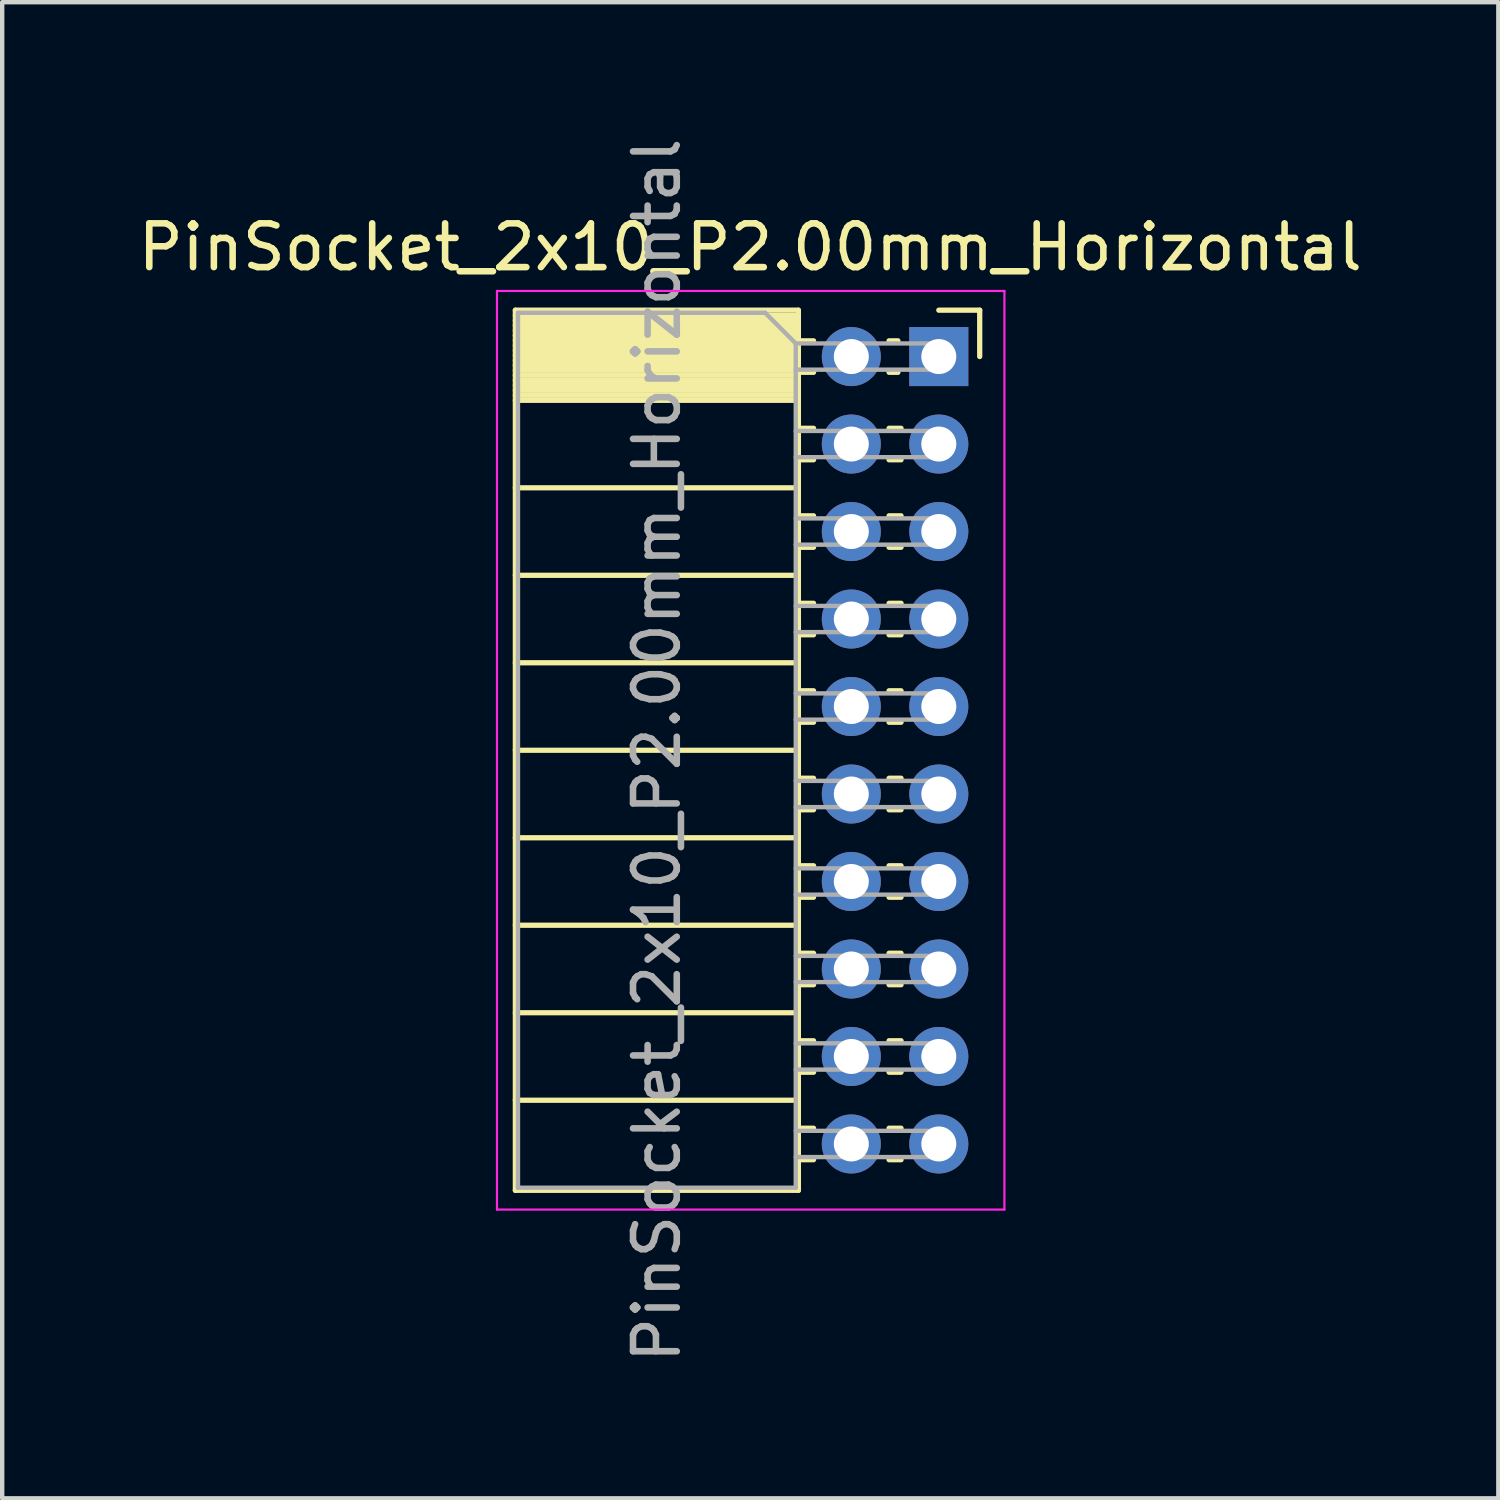
<source format=kicad_pcb>
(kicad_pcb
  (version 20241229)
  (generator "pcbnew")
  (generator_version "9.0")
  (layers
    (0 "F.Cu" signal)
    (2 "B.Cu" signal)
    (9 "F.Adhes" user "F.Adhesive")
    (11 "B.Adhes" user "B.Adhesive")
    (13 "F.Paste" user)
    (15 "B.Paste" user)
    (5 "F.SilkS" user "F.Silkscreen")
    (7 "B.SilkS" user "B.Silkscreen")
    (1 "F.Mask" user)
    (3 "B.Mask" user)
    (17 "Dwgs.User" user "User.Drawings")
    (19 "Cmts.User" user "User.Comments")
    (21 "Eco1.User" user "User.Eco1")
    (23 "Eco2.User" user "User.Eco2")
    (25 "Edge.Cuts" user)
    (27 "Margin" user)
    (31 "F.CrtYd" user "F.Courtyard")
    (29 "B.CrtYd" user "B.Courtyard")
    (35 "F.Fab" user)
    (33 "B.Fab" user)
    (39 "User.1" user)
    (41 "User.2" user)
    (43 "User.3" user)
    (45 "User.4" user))
  (footprint "PinSocket_2x10_P2.00mm_Horizontal"
    (layer "F.Cu")
    (at 18.411 5.101)
    (property "Reference" "PinSocket_2x10_P2.00mm_Horizontal" (at -4.31 -2.5 0) (layer "F.SilkS") (effects (font (size 1 1) (thickness 0.15))))
    (attr through_hole)
    (fp_line (start -9.68 -1.06) (end -9.68 19.06) (stroke (width 0.12) (type solid)) (layer "F.SilkS"))
    (fp_line (start -9.68 -1.06) (end -3.21 -1.06) (stroke (width 0.12) (type solid)) (layer "F.SilkS"))
    (fp_line (start -9.68 -0.94) (end -3.21 -0.94) (stroke (width 0.12) (type solid)) (layer "F.SilkS"))
    (fp_line (start -9.68 -0.826) (end -3.21 -0.826) (stroke (width 0.12) (type solid)) (layer "F.SilkS"))
    (fp_line (start -9.68 -0.712) (end -3.21 -0.712) (stroke (width 0.12) (type solid)) (layer "F.SilkS"))
    (fp_line (start -9.68 -0.598) (end -3.21 -0.598) (stroke (width 0.12) (type solid)) (layer "F.SilkS"))
    (fp_line (start -9.68 -0.484) (end -3.21 -0.484) (stroke (width 0.12) (type solid)) (layer "F.SilkS"))
    (fp_line (start -9.68 -0.369) (end -3.21 -0.369) (stroke (width 0.12) (type solid)) (layer "F.SilkS"))
    (fp_line (start -9.68 -0.255) (end -3.21 -0.255) (stroke (width 0.12) (type solid)) (layer "F.SilkS"))
    (fp_line (start -9.68 -0.141) (end -3.21 -0.141) (stroke (width 0.12) (type solid)) (layer "F.SilkS"))
    (fp_line (start -9.68 -0.027) (end -3.21 -0.027) (stroke (width 0.12) (type solid)) (layer "F.SilkS"))
    (fp_line (start -9.68 0.087) (end -3.21 0.087) (stroke (width 0.12) (type solid)) (layer "F.SilkS"))
    (fp_line (start -9.68 0.201) (end -3.21 0.201) (stroke (width 0.12) (type solid)) (layer "F.SilkS"))
    (fp_line (start -9.68 0.315) (end -3.21 0.315) (stroke (width 0.12) (type solid)) (layer "F.SilkS"))
    (fp_line (start -9.68 0.429) (end -3.21 0.429) (stroke (width 0.12) (type solid)) (layer "F.SilkS"))
    (fp_line (start -9.68 0.544) (end -3.21 0.544) (stroke (width 0.12) (type solid)) (layer "F.SilkS"))
    (fp_line (start -9.68 0.658) (end -3.21 0.658) (stroke (width 0.12) (type solid)) (layer "F.SilkS"))
    (fp_line (start -9.68 0.772) (end -3.21 0.772) (stroke (width 0.12) (type solid)) (layer "F.SilkS"))
    (fp_line (start -9.68 0.886) (end -3.21 0.886) (stroke (width 0.12) (type solid)) (layer "F.SilkS"))
    (fp_line (start -9.68 1) (end -3.21 1) (stroke (width 0.12) (type solid)) (layer "F.SilkS"))
    (fp_line (start -9.68 3) (end -3.21 3) (stroke (width 0.12) (type solid)) (layer "F.SilkS"))
    (fp_line (start -9.68 5) (end -3.21 5) (stroke (width 0.12) (type solid)) (layer "F.SilkS"))
    (fp_line (start -9.68 7) (end -3.21 7) (stroke (width 0.12) (type solid)) (layer "F.SilkS"))
    (fp_line (start -9.68 9) (end -3.21 9) (stroke (width 0.12) (type solid)) (layer "F.SilkS"))
    (fp_line (start -9.68 11) (end -3.21 11) (stroke (width 0.12) (type solid)) (layer "F.SilkS"))
    (fp_line (start -9.68 13) (end -3.21 13) (stroke (width 0.12) (type solid)) (layer "F.SilkS"))
    (fp_line (start -9.68 15) (end -3.21 15) (stroke (width 0.12) (type solid)) (layer "F.SilkS"))
    (fp_line (start -9.68 17) (end -3.21 17) (stroke (width 0.12) (type solid)) (layer "F.SilkS"))
    (fp_line (start -9.68 19.06) (end -3.21 19.06) (stroke (width 0.12) (type solid)) (layer "F.SilkS"))
    (fp_line (start -3.21 -1.06) (end -3.21 19.06) (stroke (width 0.12) (type solid)) (layer "F.SilkS"))
    (fp_line (start -3.21 -0.36) (end -2.863 -0.36) (stroke (width 0.12) (type solid)) (layer "F.SilkS"))
    (fp_line (start -3.21 0.36) (end -2.863 0.36) (stroke (width 0.12) (type solid)) (layer "F.SilkS"))
    (fp_line (start -3.21 1.64) (end -2.863 1.64) (stroke (width 0.12) (type solid)) (layer "F.SilkS"))
    (fp_line (start -3.21 2.36) (end -2.863 2.36) (stroke (width 0.12) (type solid)) (layer "F.SilkS"))
    (fp_line (start -3.21 3.64) (end -2.863 3.64) (stroke (width 0.12) (type solid)) (layer "F.SilkS"))
    (fp_line (start -3.21 4.36) (end -2.863 4.36) (stroke (width 0.12) (type solid)) (layer "F.SilkS"))
    (fp_line (start -3.21 5.64) (end -2.863 5.64) (stroke (width 0.12) (type solid)) (layer "F.SilkS"))
    (fp_line (start -3.21 6.36) (end -2.863 6.36) (stroke (width 0.12) (type solid)) (layer "F.SilkS"))
    (fp_line (start -3.21 7.64) (end -2.863 7.64) (stroke (width 0.12) (type solid)) (layer "F.SilkS"))
    (fp_line (start -3.21 8.36) (end -2.863 8.36) (stroke (width 0.12) (type solid)) (layer "F.SilkS"))
    (fp_line (start -3.21 9.64) (end -2.863 9.64) (stroke (width 0.12) (type solid)) (layer "F.SilkS"))
    (fp_line (start -3.21 10.36) (end -2.863 10.36) (stroke (width 0.12) (type solid)) (layer "F.SilkS"))
    (fp_line (start -3.21 11.64) (end -2.863 11.64) (stroke (width 0.12) (type solid)) (layer "F.SilkS"))
    (fp_line (start -3.21 12.36) (end -2.863 12.36) (stroke (width 0.12) (type solid)) (layer "F.SilkS"))
    (fp_line (start -3.21 13.64) (end -2.863 13.64) (stroke (width 0.12) (type solid)) (layer "F.SilkS"))
    (fp_line (start -3.21 14.36) (end -2.863 14.36) (stroke (width 0.12) (type solid)) (layer "F.SilkS"))
    (fp_line (start -3.21 15.64) (end -2.863 15.64) (stroke (width 0.12) (type solid)) (layer "F.SilkS"))
    (fp_line (start -3.21 16.36) (end -2.863 16.36) (stroke (width 0.12) (type solid)) (layer "F.SilkS"))
    (fp_line (start -3.21 17.64) (end -2.863 17.64) (stroke (width 0.12) (type solid)) (layer "F.SilkS"))
    (fp_line (start -3.21 18.36) (end -2.863 18.36) (stroke (width 0.12) (type solid)) (layer "F.SilkS"))
    (fp_line (start -1.137 -0.36) (end -0.935 -0.36) (stroke (width 0.12) (type solid)) (layer "F.SilkS"))
    (fp_line (start -1.137 0.36) (end -0.935 0.36) (stroke (width 0.12) (type solid)) (layer "F.SilkS"))
    (fp_line (start -1.137 1.64) (end -0.863 1.64) (stroke (width 0.12) (type solid)) (layer "F.SilkS"))
    (fp_line (start -1.137 2.36) (end -0.863 2.36) (stroke (width 0.12) (type solid)) (layer "F.SilkS"))
    (fp_line (start -1.137 3.64) (end -0.863 3.64) (stroke (width 0.12) (type solid)) (layer "F.SilkS"))
    (fp_line (start -1.137 4.36) (end -0.863 4.36) (stroke (width 0.12) (type solid)) (layer "F.SilkS"))
    (fp_line (start -1.137 5.64) (end -0.863 5.64) (stroke (width 0.12) (type solid)) (layer "F.SilkS"))
    (fp_line (start -1.137 6.36) (end -0.863 6.36) (stroke (width 0.12) (type solid)) (layer "F.SilkS"))
    (fp_line (start -1.137 7.64) (end -0.863 7.64) (stroke (width 0.12) (type solid)) (layer "F.SilkS"))
    (fp_line (start -1.137 8.36) (end -0.863 8.36) (stroke (width 0.12) (type solid)) (layer "F.SilkS"))
    (fp_line (start -1.137 9.64) (end -0.863 9.64) (stroke (width 0.12) (type solid)) (layer "F.SilkS"))
    (fp_line (start -1.137 10.36) (end -0.863 10.36) (stroke (width 0.12) (type solid)) (layer "F.SilkS"))
    (fp_line (start -1.137 11.64) (end -0.863 11.64) (stroke (width 0.12) (type solid)) (layer "F.SilkS"))
    (fp_line (start -1.137 12.36) (end -0.863 12.36) (stroke (width 0.12) (type solid)) (layer "F.SilkS"))
    (fp_line (start -1.137 13.64) (end -0.863 13.64) (stroke (width 0.12) (type solid)) (layer "F.SilkS"))
    (fp_line (start -1.137 14.36) (end -0.863 14.36) (stroke (width 0.12) (type solid)) (layer "F.SilkS"))
    (fp_line (start -1.137 15.64) (end -0.863 15.64) (stroke (width 0.12) (type solid)) (layer "F.SilkS"))
    (fp_line (start -1.137 16.36) (end -0.863 16.36) (stroke (width 0.12) (type solid)) (layer "F.SilkS"))
    (fp_line (start -1.137 17.64) (end -0.863 17.64) (stroke (width 0.12) (type solid)) (layer "F.SilkS"))
    (fp_line (start -1.137 18.36) (end -0.863 18.36) (stroke (width 0.12) (type solid)) (layer "F.SilkS"))
    (fp_line (start 0 -1.06) (end 0.935 -1.06) (stroke (width 0.12) (type solid)) (layer "F.SilkS"))
    (fp_line (start 0.935 -1.06) (end 0.935 0) (stroke (width 0.12) (type solid)) (layer "F.SilkS"))
    (fp_line (start -10.1 -1.5) (end -10.1 19.5) (stroke (width 0.05) (type solid)) (layer "F.CrtYd"))
    (fp_line (start -10.1 19.5) (end 1.5 19.5) (stroke (width 0.05) (type solid)) (layer "F.CrtYd"))
    (fp_line (start 1.5 -1.5) (end -10.1 -1.5) (stroke (width 0.05) (type solid)) (layer "F.CrtYd"))
    (fp_line (start 1.5 19.5) (end 1.5 -1.5) (stroke (width 0.05) (type solid)) (layer "F.CrtYd"))
    (fp_line (start -9.62 -1) (end -3.97 -1) (stroke (width 0.1) (type solid)) (layer "F.Fab"))
    (fp_line (start -9.62 19) (end -9.62 -1) (stroke (width 0.1) (type solid)) (layer "F.Fab"))
    (fp_line (start -3.97 -1) (end -3.27 -0.3) (stroke (width 0.1) (type solid)) (layer "F.Fab"))
    (fp_line (start -3.27 -0.3) (end -3.27 19) (stroke (width 0.1) (type solid)) (layer "F.Fab"))
    (fp_line (start -3.27 0.3) (end 0 0.3) (stroke (width 0.1) (type solid)) (layer "F.Fab"))
    (fp_line (start -3.27 2.3) (end 0 2.3) (stroke (width 0.1) (type solid)) (layer "F.Fab"))
    (fp_line (start -3.27 4.3) (end 0 4.3) (stroke (width 0.1) (type solid)) (layer "F.Fab"))
    (fp_line (start -3.27 6.3) (end 0 6.3) (stroke (width 0.1) (type solid)) (layer "F.Fab"))
    (fp_line (start -3.27 8.3) (end 0 8.3) (stroke (width 0.1) (type solid)) (layer "F.Fab"))
    (fp_line (start -3.27 10.3) (end 0 10.3) (stroke (width 0.1) (type solid)) (layer "F.Fab"))
    (fp_line (start -3.27 12.3) (end 0 12.3) (stroke (width 0.1) (type solid)) (layer "F.Fab"))
    (fp_line (start -3.27 14.3) (end 0 14.3) (stroke (width 0.1) (type solid)) (layer "F.Fab"))
    (fp_line (start -3.27 16.3) (end 0 16.3) (stroke (width 0.1) (type solid)) (layer "F.Fab"))
    (fp_line (start -3.27 18.3) (end 0 18.3) (stroke (width 0.1) (type solid)) (layer "F.Fab"))
    (fp_line (start -3.27 19) (end -9.62 19) (stroke (width 0.1) (type solid)) (layer "F.Fab"))
    (fp_line (start 0 -0.3) (end -3.27 -0.3) (stroke (width 0.1) (type solid)) (layer "F.Fab"))
    (fp_line (start 0 0.3) (end 0 -0.3) (stroke (width 0.1) (type solid)) (layer "F.Fab"))
    (fp_line (start 0 1.7) (end -3.27 1.7) (stroke (width 0.1) (type solid)) (layer "F.Fab"))
    (fp_line (start 0 2.3) (end 0 1.7) (stroke (width 0.1) (type solid)) (layer "F.Fab"))
    (fp_line (start 0 3.7) (end -3.27 3.7) (stroke (width 0.1) (type solid)) (layer "F.Fab"))
    (fp_line (start 0 4.3) (end 0 3.7) (stroke (width 0.1) (type solid)) (layer "F.Fab"))
    (fp_line (start 0 5.7) (end -3.27 5.7) (stroke (width 0.1) (type solid)) (layer "F.Fab"))
    (fp_line (start 0 6.3) (end 0 5.7) (stroke (width 0.1) (type solid)) (layer "F.Fab"))
    (fp_line (start 0 7.7) (end -3.27 7.7) (stroke (width 0.1) (type solid)) (layer "F.Fab"))
    (fp_line (start 0 8.3) (end 0 7.7) (stroke (width 0.1) (type solid)) (layer "F.Fab"))
    (fp_line (start 0 9.7) (end -3.27 9.7) (stroke (width 0.1) (type solid)) (layer "F.Fab"))
    (fp_line (start 0 10.3) (end 0 9.7) (stroke (width 0.1) (type solid)) (layer "F.Fab"))
    (fp_line (start 0 11.7) (end -3.27 11.7) (stroke (width 0.1) (type solid)) (layer "F.Fab"))
    (fp_line (start 0 12.3) (end 0 11.7) (stroke (width 0.1) (type solid)) (layer "F.Fab"))
    (fp_line (start 0 13.7) (end -3.27 13.7) (stroke (width 0.1) (type solid)) (layer "F.Fab"))
    (fp_line (start 0 14.3) (end 0 13.7) (stroke (width 0.1) (type solid)) (layer "F.Fab"))
    (fp_line (start 0 15.7) (end -3.27 15.7) (stroke (width 0.1) (type solid)) (layer "F.Fab"))
    (fp_line (start 0 16.3) (end 0 15.7) (stroke (width 0.1) (type solid)) (layer "F.Fab"))
    (fp_line (start 0 17.7) (end -3.27 17.7) (stroke (width 0.1) (type solid)) (layer "F.Fab"))
    (fp_line (start 0 18.3) (end 0 17.7) (stroke (width 0.1) (type solid)) (layer "F.Fab"))
    (fp_text user "${REFERENCE}" (at -6.445 9 90) (layer "F.Fab") (effects (font (size 1 1) (thickness 0.15))))
    (pad "1" thru_hole rect (at 0 0) (size 1.35 1.35) (drill 0.8) (layers "*.Cu" "*.Mask"))
    (pad "2" thru_hole circle (at -2 0) (size 1.35 1.35) (drill 0.8) (layers "*.Cu" "*.Mask"))
    (pad "3" thru_hole circle (at 0 2) (size 1.35 1.35) (drill 0.8) (layers "*.Cu" "*.Mask"))
    (pad "4" thru_hole circle (at -2 2) (size 1.35 1.35) (drill 0.8) (layers "*.Cu" "*.Mask"))
    (pad "5" thru_hole circle (at 0 4) (size 1.35 1.35) (drill 0.8) (layers "*.Cu" "*.Mask"))
    (pad "6" thru_hole circle (at -2 4) (size 1.35 1.35) (drill 0.8) (layers "*.Cu" "*.Mask"))
    (pad "7" thru_hole circle (at 0 6) (size 1.35 1.35) (drill 0.8) (layers "*.Cu" "*.Mask"))
    (pad "8" thru_hole circle (at -2 6) (size 1.35 1.35) (drill 0.8) (layers "*.Cu" "*.Mask"))
    (pad "9" thru_hole circle (at 0 8) (size 1.35 1.35) (drill 0.8) (layers "*.Cu" "*.Mask"))
    (pad "10" thru_hole circle (at -2 8) (size 1.35 1.35) (drill 0.8) (layers "*.Cu" "*.Mask"))
    (pad "11" thru_hole circle (at 0 10) (size 1.35 1.35) (drill 0.8) (layers "*.Cu" "*.Mask"))
    (pad "12" thru_hole circle (at -2 10) (size 1.35 1.35) (drill 0.8) (layers "*.Cu" "*.Mask"))
    (pad "13" thru_hole circle (at 0 12) (size 1.35 1.35) (drill 0.8) (layers "*.Cu" "*.Mask"))
    (pad "14" thru_hole circle (at -2 12) (size 1.35 1.35) (drill 0.8) (layers "*.Cu" "*.Mask"))
    (pad "15" thru_hole circle (at 0 14) (size 1.35 1.35) (drill 0.8) (layers "*.Cu" "*.Mask"))
    (pad "16" thru_hole circle (at -2 14) (size 1.35 1.35) (drill 0.8) (layers "*.Cu" "*.Mask"))
    (pad "17" thru_hole circle (at 0 16) (size 1.35 1.35) (drill 0.8) (layers "*.Cu" "*.Mask"))
    (pad "18" thru_hole circle (at -2 16) (size 1.35 1.35) (drill 0.8) (layers "*.Cu" "*.Mask"))
    (pad "19" thru_hole circle (at 0 18) (size 1.35 1.35) (drill 0.8) (layers "*.Cu" "*.Mask"))
    (pad "20" thru_hole circle (at -2 18) (size 1.35 1.35) (drill 0.8) (layers "*.Cu" "*.Mask")))
  (gr_rect
    (start -3 -3)
    (end 31.202 31.202)
    (stroke (width 0.1) (type default))
    (fill no)
    (layer "Edge.Cuts")))
</source>
